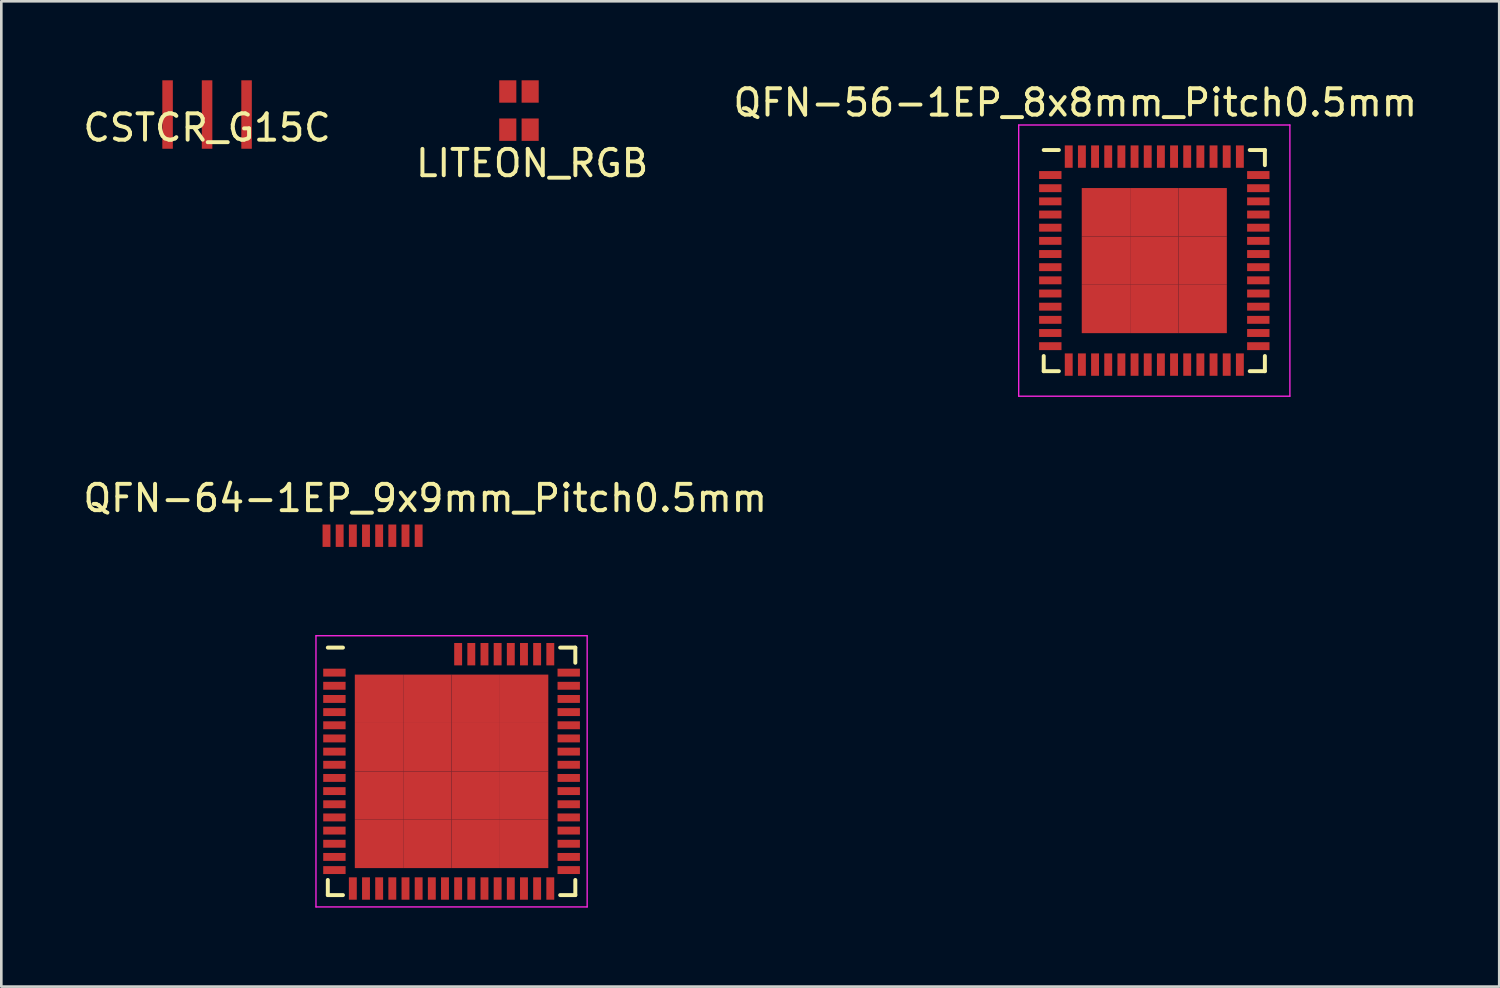
<source format=kicad_pcb>
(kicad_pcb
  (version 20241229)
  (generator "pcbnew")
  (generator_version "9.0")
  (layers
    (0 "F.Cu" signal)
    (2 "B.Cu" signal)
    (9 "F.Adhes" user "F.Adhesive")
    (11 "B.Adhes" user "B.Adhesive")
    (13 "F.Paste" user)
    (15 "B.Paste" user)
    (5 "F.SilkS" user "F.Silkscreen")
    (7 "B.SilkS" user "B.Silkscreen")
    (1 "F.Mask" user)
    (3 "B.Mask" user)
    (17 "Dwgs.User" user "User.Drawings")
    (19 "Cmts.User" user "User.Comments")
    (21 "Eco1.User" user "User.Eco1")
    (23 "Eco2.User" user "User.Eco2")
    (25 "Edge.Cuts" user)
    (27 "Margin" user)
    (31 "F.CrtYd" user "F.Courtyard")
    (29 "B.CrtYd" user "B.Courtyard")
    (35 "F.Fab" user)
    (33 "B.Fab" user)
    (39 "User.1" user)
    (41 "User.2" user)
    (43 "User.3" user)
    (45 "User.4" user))
  (footprint "QFN-64-1EP_9x9mm_Pitch0.5mm"
    (layer "F.Cu")
    (at 14.101 26.247)
    (property "Reference" "QFN-64-1EP_9x9mm_Pitch0.5mm" (at -1 -10.375 0) (layer "F.SilkS") (effects (font (size 1 1) (thickness 0.15))))
    (attr smd)
    (fp_line (start -4.7 -4.7) (end -4.125 -4.7) (stroke (width 0.15) (type solid)) (layer "F.SilkS"))
    (fp_line (start -4.7 4.7) (end -4.7 4.125) (stroke (width 0.15) (type solid)) (layer "F.SilkS"))
    (fp_line (start -4.7 4.7) (end -4.125 4.7) (stroke (width 0.15) (type solid)) (layer "F.SilkS"))
    (fp_line (start 4.7 -4.7) (end 4.125 -4.7) (stroke (width 0.15) (type solid)) (layer "F.SilkS"))
    (fp_line (start 4.7 -4.7) (end 4.7 -4.125) (stroke (width 0.15) (type solid)) (layer "F.SilkS"))
    (fp_line (start 4.7 4.7) (end 4.125 4.7) (stroke (width 0.15) (type solid)) (layer "F.SilkS"))
    (fp_line (start 4.7 4.7) (end 4.7 4.125) (stroke (width 0.15) (type solid)) (layer "F.SilkS"))
    (fp_line (start -5.15 -5.15) (end -5.15 5.15) (stroke (width 0.05) (type solid)) (layer "F.CrtYd"))
    (fp_line (start -5.15 -5.15) (end 5.15 -5.15) (stroke (width 0.05) (type solid)) (layer "F.CrtYd"))
    (fp_line (start -5.15 5.15) (end 5.15 5.15) (stroke (width 0.05) (type solid)) (layer "F.CrtYd"))
    (fp_line (start 5.15 -5.15) (end 5.15 5.15) (stroke (width 0.05) (type solid)) (layer "F.CrtYd"))
    (pad "1" smd rect (at -4.45 -3.75) (size 0.85 0.3) (layers "F.Cu" "F.Mask" "F.Paste"))
    (pad "2" smd rect (at -4.45 -3.25) (size 0.85 0.3) (layers "F.Cu" "F.Mask" "F.Paste"))
    (pad "3" smd rect (at -4.45 -2.75) (size 0.85 0.3) (layers "F.Cu" "F.Mask" "F.Paste"))
    (pad "4" smd rect (at -4.45 -2.25) (size 0.85 0.3) (layers "F.Cu" "F.Mask" "F.Paste"))
    (pad "5" smd rect (at -4.45 -1.75) (size 0.85 0.3) (layers "F.Cu" "F.Mask" "F.Paste"))
    (pad "6" smd rect (at -4.45 -1.25) (size 0.85 0.3) (layers "F.Cu" "F.Mask" "F.Paste"))
    (pad "7" smd rect (at -4.45 -0.75) (size 0.85 0.3) (layers "F.Cu" "F.Mask" "F.Paste"))
    (pad "8" smd rect (at -4.45 -0.25) (size 0.85 0.3) (layers "F.Cu" "F.Mask" "F.Paste"))
    (pad "9" smd rect (at -4.45 0.25) (size 0.85 0.3) (layers "F.Cu" "F.Mask" "F.Paste"))
    (pad "10" smd rect (at -4.45 0.75) (size 0.85 0.3) (layers "F.Cu" "F.Mask" "F.Paste"))
    (pad "11" smd rect (at -4.45 1.25) (size 0.85 0.3) (layers "F.Cu" "F.Mask" "F.Paste"))
    (pad "12" smd rect (at -4.45 1.75) (size 0.85 0.3) (layers "F.Cu" "F.Mask" "F.Paste"))
    (pad "13" smd rect (at -4.45 2.25) (size 0.85 0.3) (layers "F.Cu" "F.Mask" "F.Paste"))
    (pad "14" smd rect (at -4.45 2.75) (size 0.85 0.3) (layers "F.Cu" "F.Mask" "F.Paste"))
    (pad "15" smd rect (at -4.45 3.25) (size 0.85 0.3) (layers "F.Cu" "F.Mask" "F.Paste"))
    (pad "16" smd rect (at -4.45 3.75) (size 0.85 0.3) (layers "F.Cu" "F.Mask" "F.Paste"))
    (pad "17" smd rect (at -3.75 4.45 90) (size 0.85 0.3) (layers "F.Cu" "F.Mask" "F.Paste"))
    (pad "18" smd rect (at -3.25 4.45 90) (size 0.85 0.3) (layers "F.Cu" "F.Mask" "F.Paste"))
    (pad "19" smd rect (at -2.75 4.45 90) (size 0.85 0.3) (layers "F.Cu" "F.Mask" "F.Paste"))
    (pad "20" smd rect (at -2.25 4.45 90) (size 0.85 0.3) (layers "F.Cu" "F.Mask" "F.Paste"))
    (pad "21" smd rect (at -1.75 4.45 90) (size 0.85 0.3) (layers "F.Cu" "F.Mask" "F.Paste"))
    (pad "22" smd rect (at -1.25 4.45 90) (size 0.85 0.3) (layers "F.Cu" "F.Mask" "F.Paste"))
    (pad "23" smd rect (at -0.75 4.45 90) (size 0.85 0.3) (layers "F.Cu" "F.Mask" "F.Paste"))
    (pad "24" smd rect (at -0.25 4.45 90) (size 0.85 0.3) (layers "F.Cu" "F.Mask" "F.Paste"))
    (pad "25" smd rect (at 0.25 4.45 90) (size 0.85 0.3) (layers "F.Cu" "F.Mask" "F.Paste"))
    (pad "26" smd rect (at 0.75 4.45 90) (size 0.85 0.3) (layers "F.Cu" "F.Mask" "F.Paste"))
    (pad "27" smd rect (at 1.25 4.45 90) (size 0.85 0.3) (layers "F.Cu" "F.Mask" "F.Paste"))
    (pad "28" smd rect (at 1.75 4.45 90) (size 0.85 0.3) (layers "F.Cu" "F.Mask" "F.Paste"))
    (pad "29" smd rect (at 2.25 4.45 90) (size 0.85 0.3) (layers "F.Cu" "F.Mask" "F.Paste"))
    (pad "30" smd rect (at 2.75 4.45 90) (size 0.85 0.3) (layers "F.Cu" "F.Mask" "F.Paste"))
    (pad "31" smd rect (at 3.25 4.45 90) (size 0.85 0.3) (layers "F.Cu" "F.Mask" "F.Paste"))
    (pad "32" smd rect (at 3.75 4.45 90) (size 0.85 0.3) (layers "F.Cu" "F.Mask" "F.Paste"))
    (pad "33" smd rect (at 4.45 3.75) (size 0.85 0.3) (layers "F.Cu" "F.Mask" "F.Paste"))
    (pad "34" smd rect (at 4.45 3.25) (size 0.85 0.3) (layers "F.Cu" "F.Mask" "F.Paste"))
    (pad "35" smd rect (at 4.45 2.75) (size 0.85 0.3) (layers "F.Cu" "F.Mask" "F.Paste"))
    (pad "36" smd rect (at 4.45 2.25) (size 0.85 0.3) (layers "F.Cu" "F.Mask" "F.Paste"))
    (pad "37" smd rect (at 4.45 1.75) (size 0.85 0.3) (layers "F.Cu" "F.Mask" "F.Paste"))
    (pad "38" smd rect (at 4.45 1.25) (size 0.85 0.3) (layers "F.Cu" "F.Mask" "F.Paste"))
    (pad "39" smd rect (at 4.45 0.75) (size 0.85 0.3) (layers "F.Cu" "F.Mask" "F.Paste"))
    (pad "40" smd rect (at 4.45 0.25) (size 0.85 0.3) (layers "F.Cu" "F.Mask" "F.Paste"))
    (pad "41" smd rect (at 4.45 -0.25) (size 0.85 0.3) (layers "F.Cu" "F.Mask" "F.Paste"))
    (pad "42" smd rect (at 4.45 -0.75) (size 0.85 0.3) (layers "F.Cu" "F.Mask" "F.Paste"))
    (pad "43" smd rect (at 4.45 -1.25) (size 0.85 0.3) (layers "F.Cu" "F.Mask" "F.Paste"))
    (pad "44" smd rect (at 4.45 -1.75) (size 0.85 0.3) (layers "F.Cu" "F.Mask" "F.Paste"))
    (pad "45" smd rect (at 4.45 -2.25) (size 0.85 0.3) (layers "F.Cu" "F.Mask" "F.Paste"))
    (pad "46" smd rect (at 4.45 -2.75) (size 0.85 0.3) (layers "F.Cu" "F.Mask" "F.Paste"))
    (pad "47" smd rect (at 4.45 -3.25) (size 0.85 0.3) (layers "F.Cu" "F.Mask" "F.Paste"))
    (pad "48" smd rect (at 4.45 -3.75) (size 0.85 0.3) (layers "F.Cu" "F.Mask" "F.Paste"))
    (pad "49" smd rect (at 3.75 -4.45 90) (size 0.85 0.3) (layers "F.Cu" "F.Mask" "F.Paste"))
    (pad "50" smd rect (at 3.25 -4.45 90) (size 0.85 0.3) (layers "F.Cu" "F.Mask" "F.Paste"))
    (pad "51" smd rect (at 2.75 -4.45 90) (size 0.85 0.3) (layers "F.Cu" "F.Mask" "F.Paste"))
    (pad "52" smd rect (at 2.25 -4.45 90) (size 0.85 0.3) (layers "F.Cu" "F.Mask" "F.Paste"))
    (pad "53" smd rect (at 1.75 -4.45 90) (size 0.85 0.3) (layers "F.Cu" "F.Mask" "F.Paste"))
    (pad "54" smd rect (at 1.25 -4.45 90) (size 0.85 0.3) (layers "F.Cu" "F.Mask" "F.Paste"))
    (pad "55" smd rect (at 0.75 -4.45 90) (size 0.85 0.3) (layers "F.Cu" "F.Mask" "F.Paste"))
    (pad "56" smd rect (at 0.25 -4.45 90) (size 0.85 0.3) (layers "F.Cu" "F.Mask" "F.Paste"))
    (pad "57" smd rect (at -1.25 -8.95 90) (size 0.85 0.3) (layers "F.Cu" "F.Mask" "F.Paste"))
    (pad "58" smd rect (at -1.75 -8.95 90) (size 0.85 0.3) (layers "F.Cu" "F.Mask" "F.Paste"))
    (pad "59" smd rect (at -2.25 -8.95 90) (size 0.85 0.3) (layers "F.Cu" "F.Mask" "F.Paste"))
    (pad "60" smd rect (at -2.75 -8.95 90) (size 0.85 0.3) (layers "F.Cu" "F.Mask" "F.Paste"))
    (pad "61" smd rect (at -3.25 -8.95 90) (size 0.85 0.3) (layers "F.Cu" "F.Mask" "F.Paste"))
    (pad "62" smd rect (at -3.75 -8.95 90) (size 0.85 0.3) (layers "F.Cu" "F.Mask" "F.Paste"))
    (pad "63" smd rect (at -4.25 -8.95 90) (size 0.85 0.3) (layers "F.Cu" "F.Mask" "F.Paste"))
    (pad "64" smd rect (at -4.75 -8.95 90) (size 0.85 0.3) (layers "F.Cu" "F.Mask" "F.Paste"))
    (pad "65" smd rect (at -2.756 -2.756) (size 1.837 1.837) (layers "F.Cu" "F.Mask" "F.Paste"))
    (pad "65" smd rect (at -2.756 -0.919) (size 1.837 1.837) (layers "F.Cu" "F.Mask" "F.Paste"))
    (pad "65" smd rect (at -2.756 0.919) (size 1.837 1.837) (layers "F.Cu" "F.Mask" "F.Paste"))
    (pad "65" smd rect (at -2.756 2.756) (size 1.837 1.837) (layers "F.Cu" "F.Mask" "F.Paste"))
    (pad "65" smd rect (at -0.919 -2.756) (size 1.837 1.837) (layers "F.Cu" "F.Mask" "F.Paste"))
    (pad "65" smd rect (at -0.919 -0.919) (size 1.837 1.837) (layers "F.Cu" "F.Mask" "F.Paste"))
    (pad "65" smd rect (at -0.919 0.919) (size 1.837 1.837) (layers "F.Cu" "F.Mask" "F.Paste"))
    (pad "65" smd rect (at -0.919 2.756) (size 1.837 1.837) (layers "F.Cu" "F.Mask" "F.Paste"))
    (pad "65" smd rect (at 0.919 -2.756) (size 1.837 1.837) (layers "F.Cu" "F.Mask" "F.Paste"))
    (pad "65" smd rect (at 0.919 -0.919) (size 1.837 1.837) (layers "F.Cu" "F.Mask" "F.Paste"))
    (pad "65" smd rect (at 0.919 0.919) (size 1.837 1.837) (layers "F.Cu" "F.Mask" "F.Paste"))
    (pad "65" smd rect (at 0.919 2.756) (size 1.837 1.837) (layers "F.Cu" "F.Mask" "F.Paste"))
    (pad "65" smd rect (at 2.756 -2.756) (size 1.837 1.837) (layers "F.Cu" "F.Mask" "F.Paste"))
    (pad "65" smd rect (at 2.756 -0.919) (size 1.837 1.837) (layers "F.Cu" "F.Mask" "F.Paste"))
    (pad "65" smd rect (at 2.756 0.919) (size 1.837 1.837) (layers "F.Cu" "F.Mask" "F.Paste"))
    (pad "65" smd rect (at 2.756 2.756) (size 1.837 1.837) (layers "F.Cu" "F.Mask" "F.Paste")))
  (footprint "CSTCR_G15C"
    (layer "F.Cu")
    (at 4.815 1.3)
    (property "Reference" "CSTCR_G15C" (at 0 0.5 0) (layer "F.SilkS") (effects (font (size 1 1) (thickness 0.15))))
    (attr through_hole)
    (pad "1" smd rect (at 1.5 0) (size 0.4 2.6) (layers "F.Cu" "F.Mask" "F.Paste"))
    (pad "2" smd rect (at -1.5 0) (size 0.4 2.6) (layers "F.Cu" "F.Mask" "F.Paste"))
    (pad "3" smd rect (at 0 0) (size 0.4 2.6) (layers "F.Cu" "F.Mask" "F.Paste")))
  (footprint "LITEON_RGB"
    (layer "F.Cu")
    (at 16.661 1.15)
    (property "Reference" "LITEON_RGB" (at 0.5 2 0) (layer "F.SilkS") (effects (font (size 1 1) (thickness 0.15))))
    (attr through_hole)
    (pad "1" smd rect (at -0.425 -0.725) (size 0.65 0.85) (layers "F.Cu" "F.Mask" "F.Paste"))
    (pad "2" smd rect (at 0.425 -0.725) (size 0.65 0.85) (layers "F.Cu" "F.Mask" "F.Paste"))
    (pad "3" smd rect (at 0.425 0.725) (size 0.65 0.85) (layers "F.Cu" "F.Mask" "F.Paste"))
    (pad "4" smd rect (at -0.425 0.725) (size 0.65 0.85) (layers "F.Cu" "F.Mask" "F.Paste")))
  (footprint "QFN-56-1EP_8x8mm_Pitch0.5mm"
    (layer "F.Cu")
    (at 40.792 6.848)
    (property "Reference" "QFN-56-1EP_8x8mm_Pitch0.5mm" (at -3 -6 0) (layer "F.SilkS") (effects (font (size 1 1) (thickness 0.15))))
    (attr smd)
    (fp_line (start -4.2 -4.2) (end -3.625 -4.2) (stroke (width 0.15) (type solid)) (layer "F.SilkS"))
    (fp_line (start -4.2 4.2) (end -4.2 3.625) (stroke (width 0.15) (type solid)) (layer "F.SilkS"))
    (fp_line (start -4.2 4.2) (end -3.625 4.2) (stroke (width 0.15) (type solid)) (layer "F.SilkS"))
    (fp_line (start 4.2 -4.2) (end 3.625 -4.2) (stroke (width 0.15) (type solid)) (layer "F.SilkS"))
    (fp_line (start 4.2 -4.2) (end 4.2 -3.625) (stroke (width 0.15) (type solid)) (layer "F.SilkS"))
    (fp_line (start 4.2 4.2) (end 3.625 4.2) (stroke (width 0.15) (type solid)) (layer "F.SilkS"))
    (fp_line (start 4.2 4.2) (end 4.2 3.625) (stroke (width 0.15) (type solid)) (layer "F.SilkS"))
    (fp_line (start -5.15 -5.15) (end -5.15 5.15) (stroke (width 0.05) (type solid)) (layer "F.CrtYd"))
    (fp_line (start -5.15 -5.15) (end 5.15 -5.15) (stroke (width 0.05) (type solid)) (layer "F.CrtYd"))
    (fp_line (start -5.15 5.15) (end 5.15 5.15) (stroke (width 0.05) (type solid)) (layer "F.CrtYd"))
    (fp_line (start 5.15 -5.15) (end 5.15 5.15) (stroke (width 0.05) (type solid)) (layer "F.CrtYd"))
    (pad "1" smd rect (at -3.95 -3.25) (size 0.85 0.3) (layers "F.Cu" "F.Mask" "F.Paste"))
    (pad "2" smd rect (at -3.95 -2.75) (size 0.85 0.3) (layers "F.Cu" "F.Mask" "F.Paste"))
    (pad "3" smd rect (at -3.95 -2.25) (size 0.85 0.3) (layers "F.Cu" "F.Mask" "F.Paste"))
    (pad "4" smd rect (at -3.95 -1.75) (size 0.85 0.3) (layers "F.Cu" "F.Mask" "F.Paste"))
    (pad "5" smd rect (at -3.95 -1.25) (size 0.85 0.3) (layers "F.Cu" "F.Mask" "F.Paste"))
    (pad "6" smd rect (at -3.95 -0.75) (size 0.85 0.3) (layers "F.Cu" "F.Mask" "F.Paste"))
    (pad "7" smd rect (at -3.95 -0.25) (size 0.85 0.3) (layers "F.Cu" "F.Mask" "F.Paste"))
    (pad "8" smd rect (at -3.95 0.25) (size 0.85 0.3) (layers "F.Cu" "F.Mask" "F.Paste"))
    (pad "9" smd rect (at -3.95 0.75) (size 0.85 0.3) (layers "F.Cu" "F.Mask" "F.Paste"))
    (pad "10" smd rect (at -3.95 1.25) (size 0.85 0.3) (layers "F.Cu" "F.Mask" "F.Paste"))
    (pad "11" smd rect (at -3.95 1.75) (size 0.85 0.3) (layers "F.Cu" "F.Mask" "F.Paste"))
    (pad "12" smd rect (at -3.95 2.25) (size 0.85 0.3) (layers "F.Cu" "F.Mask" "F.Paste"))
    (pad "13" smd rect (at -3.95 2.75) (size 0.85 0.3) (layers "F.Cu" "F.Mask" "F.Paste"))
    (pad "14" smd rect (at -3.95 3.25) (size 0.85 0.3) (layers "F.Cu" "F.Mask" "F.Paste"))
    (pad "15" smd rect (at -3.25 3.95 90) (size 0.85 0.3) (layers "F.Cu" "F.Mask" "F.Paste"))
    (pad "16" smd rect (at -2.75 3.95 90) (size 0.85 0.3) (layers "F.Cu" "F.Mask" "F.Paste"))
    (pad "17" smd rect (at -2.25 3.95 90) (size 0.85 0.3) (layers "F.Cu" "F.Mask" "F.Paste"))
    (pad "18" smd rect (at -1.75 3.95 90) (size 0.85 0.3) (layers "F.Cu" "F.Mask" "F.Paste"))
    (pad "19" smd rect (at -1.25 3.95 90) (size 0.85 0.3) (layers "F.Cu" "F.Mask" "F.Paste"))
    (pad "20" smd rect (at -0.75 3.95 90) (size 0.85 0.3) (layers "F.Cu" "F.Mask" "F.Paste"))
    (pad "21" smd rect (at -0.25 3.95 90) (size 0.85 0.3) (layers "F.Cu" "F.Mask" "F.Paste"))
    (pad "22" smd rect (at 0.25 3.95 90) (size 0.85 0.3) (layers "F.Cu" "F.Mask" "F.Paste"))
    (pad "23" smd rect (at 0.75 3.95 90) (size 0.85 0.3) (layers "F.Cu" "F.Mask" "F.Paste"))
    (pad "24" smd rect (at 1.25 3.95 90) (size 0.85 0.3) (layers "F.Cu" "F.Mask" "F.Paste"))
    (pad "25" smd rect (at 1.75 3.95 90) (size 0.85 0.3) (layers "F.Cu" "F.Mask" "F.Paste"))
    (pad "26" smd rect (at 2.25 3.95 90) (size 0.85 0.3) (layers "F.Cu" "F.Mask" "F.Paste"))
    (pad "27" smd rect (at 2.75 3.95 90) (size 0.85 0.3) (layers "F.Cu" "F.Mask" "F.Paste"))
    (pad "28" smd rect (at 3.25 3.95 90) (size 0.85 0.3) (layers "F.Cu" "F.Mask" "F.Paste"))
    (pad "29" smd rect (at 3.95 3.25 180) (size 0.85 0.3) (layers "F.Cu" "F.Mask" "F.Paste"))
    (pad "30" smd rect (at 3.95 2.75 180) (size 0.85 0.3) (layers "F.Cu" "F.Mask" "F.Paste"))
    (pad "31" smd rect (at 3.95 2.25 180) (size 0.85 0.3) (layers "F.Cu" "F.Mask" "F.Paste"))
    (pad "32" smd rect (at 3.95 1.75 180) (size 0.85 0.3) (layers "F.Cu" "F.Mask" "F.Paste"))
    (pad "33" smd rect (at 3.95 1.25) (size 0.85 0.3) (layers "F.Cu" "F.Mask" "F.Paste"))
    (pad "34" smd rect (at 3.95 0.75) (size 0.85 0.3) (layers "F.Cu" "F.Mask" "F.Paste"))
    (pad "35" smd rect (at 3.95 0.25) (size 0.85 0.3) (layers "F.Cu" "F.Mask" "F.Paste"))
    (pad "36" smd rect (at 3.95 -0.25) (size 0.85 0.3) (layers "F.Cu" "F.Mask" "F.Paste"))
    (pad "37" smd rect (at 3.95 -0.75) (size 0.85 0.3) (layers "F.Cu" "F.Mask" "F.Paste"))
    (pad "38" smd rect (at 3.95 -1.25) (size 0.85 0.3) (layers "F.Cu" "F.Mask" "F.Paste"))
    (pad "39" smd rect (at 3.95 -1.75) (size 0.85 0.3) (layers "F.Cu" "F.Mask" "F.Paste"))
    (pad "40" smd rect (at 3.95 -2.25) (size 0.85 0.3) (layers "F.Cu" "F.Mask" "F.Paste"))
    (pad "41" smd rect (at 3.95 -2.75) (size 0.85 0.3) (layers "F.Cu" "F.Mask" "F.Paste"))
    (pad "42" smd rect (at 3.95 -3.25) (size 0.85 0.3) (layers "F.Cu" "F.Mask" "F.Paste"))
    (pad "43" smd rect (at 3.25 -3.95 90) (size 0.85 0.3) (layers "F.Cu" "F.Mask" "F.Paste"))
    (pad "44" smd rect (at 2.75 -3.95 90) (size 0.85 0.3) (layers "F.Cu" "F.Mask" "F.Paste"))
    (pad "45" smd rect (at 2.25 -3.95 90) (size 0.85 0.3) (layers "F.Cu" "F.Mask" "F.Paste"))
    (pad "46" smd rect (at 1.75 -3.95 90) (size 0.85 0.3) (layers "F.Cu" "F.Mask" "F.Paste"))
    (pad "47" smd rect (at 1.25 -3.95 90) (size 0.85 0.3) (layers "F.Cu" "F.Mask" "F.Paste"))
    (pad "48" smd rect (at 0.75 -3.95 90) (size 0.85 0.3) (layers "F.Cu" "F.Mask" "F.Paste"))
    (pad "49" smd rect (at 0.25 -3.95 90) (size 0.85 0.3) (layers "F.Cu" "F.Mask" "F.Paste"))
    (pad "50" smd rect (at -0.25 -3.95 90) (size 0.85 0.3) (layers "F.Cu" "F.Mask" "F.Paste"))
    (pad "51" smd rect (at -0.75 -3.95 90) (size 0.85 0.3) (layers "F.Cu" "F.Mask" "F.Paste"))
    (pad "52" smd rect (at -1.25 -3.95 90) (size 0.85 0.3) (layers "F.Cu" "F.Mask" "F.Paste"))
    (pad "53" smd rect (at -1.75 -3.95 90) (size 0.85 0.3) (layers "F.Cu" "F.Mask" "F.Paste"))
    (pad "54" smd rect (at -2.25 -3.95 90) (size 0.85 0.3) (layers "F.Cu" "F.Mask" "F.Paste"))
    (pad "55" smd rect (at -2.75 -3.95 90) (size 0.85 0.3) (layers "F.Cu" "F.Mask" "F.Paste"))
    (pad "56" smd rect (at -3.25 -3.95 90) (size 0.85 0.3) (layers "F.Cu" "F.Mask" "F.Paste"))
    (pad "65" smd rect (at -1.837 -1.837) (size 1.837 1.837) (layers "F.Cu" "F.Mask" "F.Paste"))
    (pad "65" smd rect (at -1.837 0) (size 1.837 1.837) (layers "F.Cu" "F.Mask" "F.Paste"))
    (pad "65" smd rect (at -1.837 1.837) (size 1.837 1.837) (layers "F.Cu" "F.Mask" "F.Paste"))
    (pad "65" smd rect (at 0 -1.837) (size 1.837 1.837) (layers "F.Cu" "F.Mask" "F.Paste"))
    (pad "65" smd rect (at 0 0) (size 1.837 1.837) (layers "F.Cu" "F.Mask" "F.Paste"))
    (pad "65" smd rect (at 0 1.837) (size 1.837 1.837) (layers "F.Cu" "F.Mask" "F.Paste"))
    (pad "65" smd rect (at 1.837 -1.837) (size 1.837 1.837) (layers "F.Cu" "F.Mask" "F.Paste"))
    (pad "65" smd rect (at 1.837 0) (size 1.837 1.837) (layers "F.Cu" "F.Mask" "F.Paste"))
    (pad "65" smd rect (at 1.837 1.837) (size 1.837 1.837) (layers "F.Cu" "F.Mask" "F.Paste")))
  (gr_rect
    (start -3 -3)
    (end 53.893 34.422)
    (stroke (width 0.1) (type default))
    (fill no)
    (layer "Edge.Cuts")))
</source>
